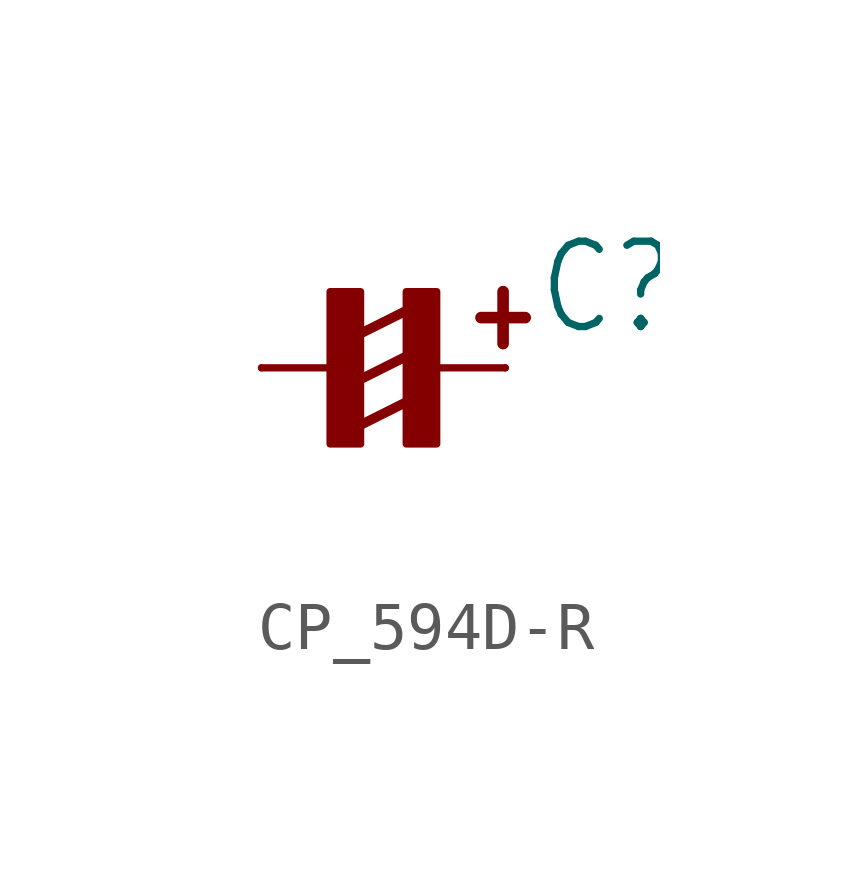
<source format=kicad_sym>
(kicad_symbol_lib
  (version 20231120)
  (generator "kicad_symbol_editor")
  (generator_version "8.0")
  (symbol "CP_594D-R"
    (property "Reference" "C"
      (at 3.175 0.635 0)
      (effects (font (size 1.778 1.511)) (justify left bottom)))
    (property "Value" ""
      (at -3.175 -3.81 0)
      (effects (font (size 1.778 1.511)) (justify left bottom)))
    (property "ki_locked" ""
      (at 0 0 0)
      (effects (font (size 1.27 1.27))))
    (symbol "CP_594D-R_1_0"
      (rectangle (start -1.111 -1.587) (end -0.476 1.587) (stroke (width 0) (type default)) (fill (type outline)))
      (polyline (pts (xy -0.857 0) (xy -2.54 0)) (stroke (width 0.152) (type solid)) (fill (type none)))
      (polyline (pts (xy -0.635 -1.27) (xy 0.635 -0.635)) (stroke (width 0.203) (type solid)) (fill (type none)))
      (polyline (pts (xy -0.635 -0.318) (xy 0.635 0.318)) (stroke (width 0.203) (type solid)) (fill (type none)))
      (polyline (pts (xy -0.635 0.635) (xy 0.635 1.27)) (stroke (width 0.203) (type solid)) (fill (type none)))
      (polyline (pts (xy 0.794 0) (xy 2.54 0)) (stroke (width 0.152) (type solid)) (fill (type none)))
      (rectangle (start 0.476 -1.587) (end 1.111 1.587) (stroke (width 0) (type default)) (fill (type outline)))
      (text "+" (at 1.587 0.318 0) (effects (font (size 1.422 1.209) (thickness 0.242) (bold yes)) (justify left bottom)))
      (pin passive line (at 2.54 0 180) (length 0) (name "+" (effects (font (size 0 0)))) (number "+" (effects (font (size 0 0)))))
      (pin passive line (at -2.54 0 0) (length 0) (name "-" (effects (font (size 0 0)))) (number "-" (effects (font (size 0 0))))))))
</source>
